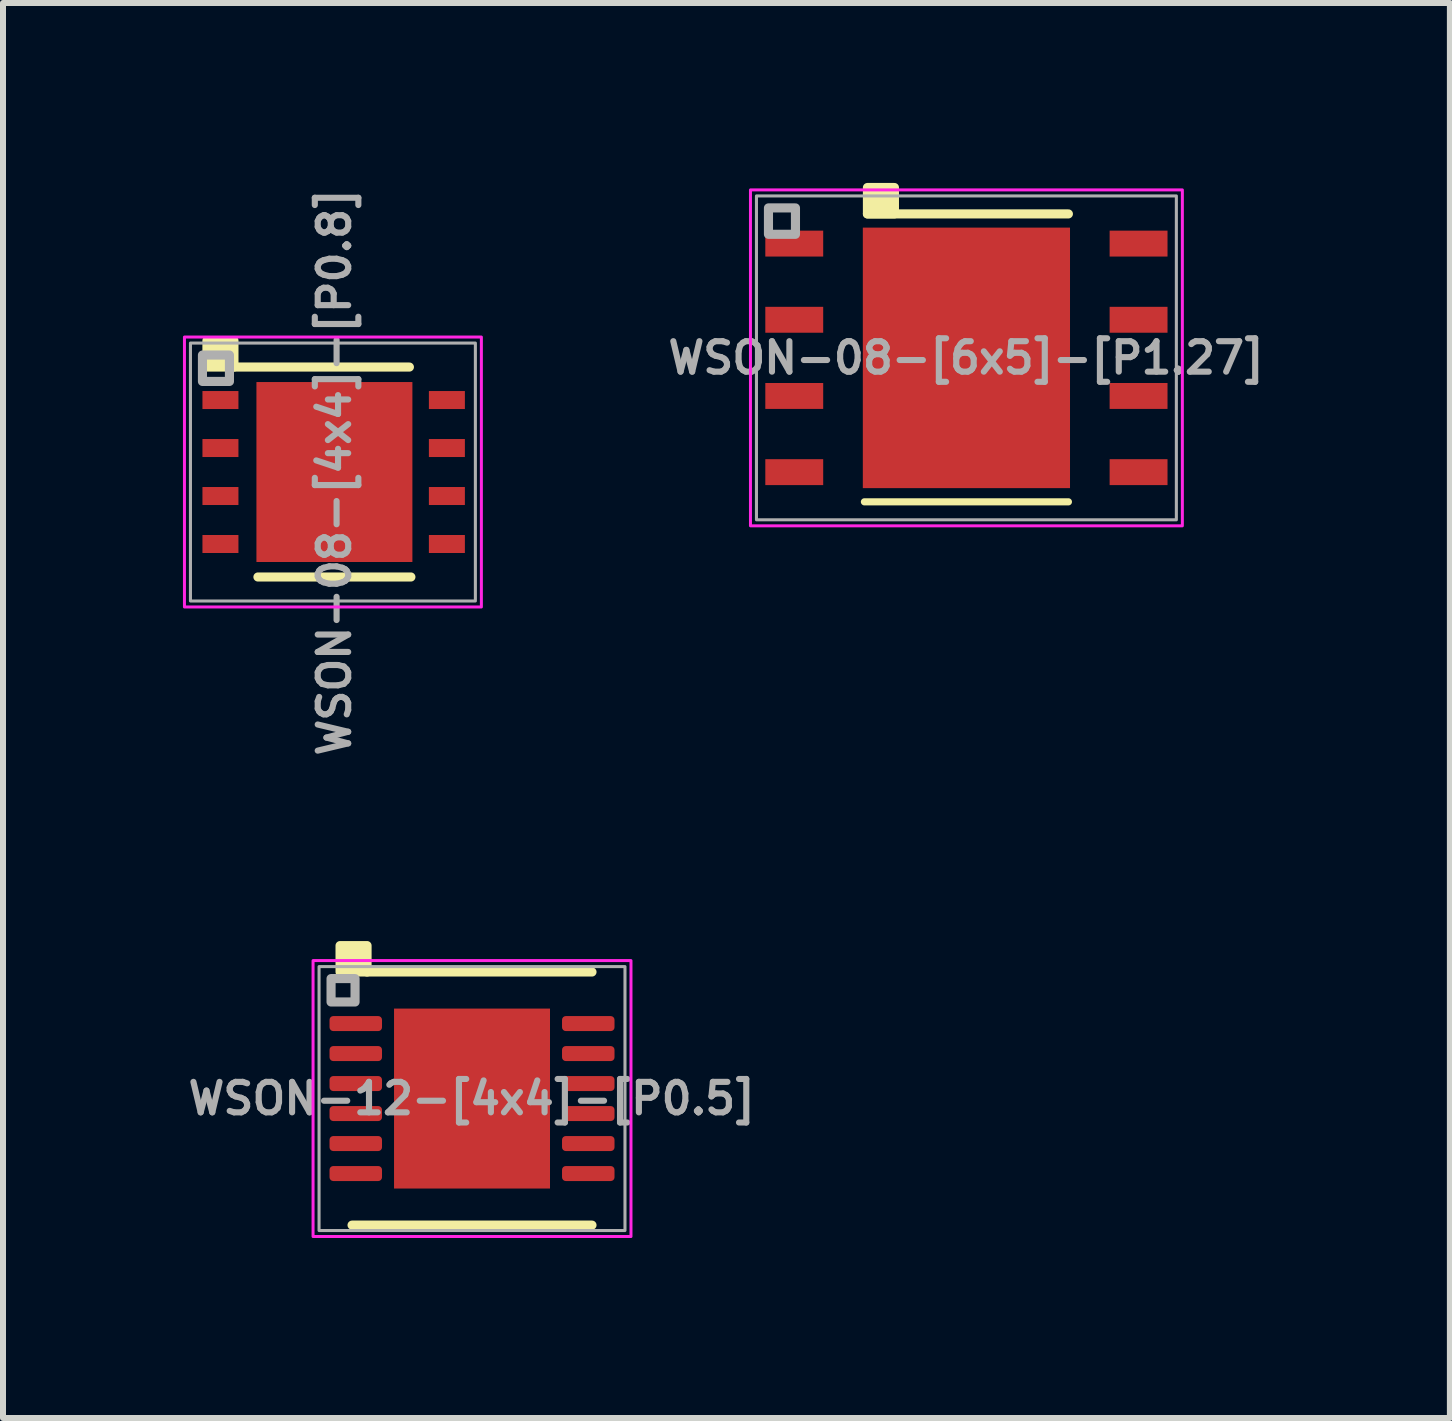
<source format=kicad_pcb>
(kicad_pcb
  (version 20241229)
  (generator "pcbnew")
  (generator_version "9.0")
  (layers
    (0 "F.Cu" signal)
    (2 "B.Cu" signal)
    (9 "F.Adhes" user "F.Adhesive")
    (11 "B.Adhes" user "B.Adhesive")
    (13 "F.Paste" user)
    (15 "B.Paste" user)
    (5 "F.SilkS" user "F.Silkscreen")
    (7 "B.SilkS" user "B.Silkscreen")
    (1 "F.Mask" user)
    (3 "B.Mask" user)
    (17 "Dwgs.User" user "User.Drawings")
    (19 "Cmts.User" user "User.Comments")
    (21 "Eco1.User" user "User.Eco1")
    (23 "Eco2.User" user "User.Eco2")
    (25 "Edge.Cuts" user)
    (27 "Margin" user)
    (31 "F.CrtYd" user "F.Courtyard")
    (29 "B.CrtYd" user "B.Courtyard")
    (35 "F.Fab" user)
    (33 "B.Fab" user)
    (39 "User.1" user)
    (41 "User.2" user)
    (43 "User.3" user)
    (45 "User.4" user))
  (footprint "WSON-08-[4x4]-[P0.8]"
    (layer "F.Cu")
    (at 2.525 4.819)
    (property "Reference" "WSON-08-[4x4]-[P0.8]" (at 0 0 270) (layer "F.Fab") (effects (font (size 0.508 0.508) (thickness 0.102))))
    (attr through_hole)
    (fp_line (start -1.675 -1.75) (end 1.25 -1.75) (stroke (width 0.152) (type solid)) (layer "F.SilkS"))
    (fp_line (start -1.275 1.75) (end 1.275 1.75) (stroke (width 0.152) (type solid)) (layer "F.SilkS"))
    (fp_rect (start -2.125 -1.75) (end -1.675 -2.19) (stroke (width 0.152) (type solid)) (fill yes) (layer "F.SilkS"))
    (fp_poly (pts (xy -1.249 -0.152) (xy -1.249 -1.358) (xy -1.248 -1.368) (xy -1.245 -1.378) (xy -1.24 -1.387) (xy -1.234 -1.395) (xy -1.226 -1.401) (xy -1.217 -1.406) (xy -1.207 -1.409) (xy -1.197 -1.41) (xy -0.153 -1.41) (xy -0.143 -1.409) (xy -0.133 -1.406) (xy -0.124 -1.401) (xy -0.116 -1.395) (xy -0.11 -1.387) (xy -0.105 -1.378) (xy -0.102 -1.368) (xy -0.101 -1.358) (xy -0.101 -0.152) (xy -0.102 -0.142) (xy -0.105 -0.132) (xy -0.11 -0.123) (xy -0.116 -0.115) (xy -0.124 -0.109) (xy -0.133 -0.104) (xy -0.143 -0.101) (xy -0.153 -0.1) (xy -1.197 -0.1) (xy -1.207 -0.101) (xy -1.217 -0.104) (xy -1.226 -0.109) (xy -1.234 -0.115) (xy -1.24 -0.123) (xy -1.245 -0.132) (xy -1.248 -0.142)) (stroke (width 0.1) (type solid)) (fill yes) (layer "F.Paste"))
    (fp_poly (pts (xy -1.249 1.358) (xy -1.249 0.152) (xy -1.248 0.142) (xy -1.245 0.132) (xy -1.24 0.123) (xy -1.234 0.115) (xy -1.226 0.109) (xy -1.217 0.104) (xy -1.207 0.101) (xy -1.197 0.1) (xy -0.153 0.1) (xy -0.143 0.101) (xy -0.133 0.104) (xy -0.124 0.109) (xy -0.116 0.115) (xy -0.11 0.123) (xy -0.105 0.132) (xy -0.102 0.142) (xy -0.101 0.152) (xy -0.101 1.358) (xy -0.102 1.368) (xy -0.105 1.378) (xy -0.11 1.387) (xy -0.116 1.395) (xy -0.124 1.401) (xy -0.133 1.406) (xy -0.143 1.409) (xy -0.153 1.41) (xy -1.197 1.41) (xy -1.207 1.409) (xy -1.217 1.406) (xy -1.226 1.401) (xy -1.234 1.395) (xy -1.24 1.387) (xy -1.245 1.378) (xy -1.248 1.368)) (stroke (width 0.1) (type solid)) (fill yes) (layer "F.Paste"))
    (fp_poly (pts (xy 0.101 -0.152) (xy 0.101 -1.358) (xy 0.102 -1.368) (xy 0.105 -1.378) (xy 0.11 -1.387) (xy 0.116 -1.395) (xy 0.124 -1.401) (xy 0.133 -1.406) (xy 0.143 -1.409) (xy 0.153 -1.41) (xy 1.197 -1.41) (xy 1.207 -1.409) (xy 1.217 -1.406) (xy 1.226 -1.401) (xy 1.234 -1.395) (xy 1.24 -1.387) (xy 1.245 -1.378) (xy 1.248 -1.368) (xy 1.249 -1.358) (xy 1.249 -0.152) (xy 1.248 -0.142) (xy 1.245 -0.132) (xy 1.24 -0.123) (xy 1.234 -0.115) (xy 1.226 -0.109) (xy 1.217 -0.104) (xy 1.207 -0.101) (xy 1.197 -0.1) (xy 0.153 -0.1) (xy 0.143 -0.101) (xy 0.133 -0.104) (xy 0.124 -0.109) (xy 0.116 -0.115) (xy 0.11 -0.123) (xy 0.105 -0.132) (xy 0.102 -0.142)) (stroke (width 0.1) (type solid)) (fill yes) (layer "F.Paste"))
    (fp_poly (pts (xy 0.101 1.358) (xy 0.101 0.152) (xy 0.102 0.142) (xy 0.105 0.132) (xy 0.11 0.123) (xy 0.116 0.115) (xy 0.124 0.109) (xy 0.133 0.104) (xy 0.143 0.101) (xy 0.153 0.1) (xy 1.197 0.1) (xy 1.207 0.101) (xy 1.217 0.104) (xy 1.226 0.109) (xy 1.234 0.115) (xy 1.24 0.123) (xy 1.245 0.132) (xy 1.248 0.142) (xy 1.249 0.152) (xy 1.249 1.358) (xy 1.248 1.368) (xy 1.245 1.378) (xy 1.24 1.387) (xy 1.234 1.395) (xy 1.226 1.401) (xy 1.217 1.406) (xy 1.207 1.409) (xy 1.197 1.41) (xy 0.153 1.41) (xy 0.143 1.409) (xy 0.133 1.406) (xy 0.124 1.401) (xy 0.116 1.395) (xy 0.11 1.387) (xy 0.105 1.378) (xy 0.102 1.368)) (stroke (width 0.1) (type solid)) (fill yes) (layer "F.Paste"))
    (fp_rect (start -2.5 -2.25) (end 2.45 2.25) (stroke (width 0.05) (type solid)) (fill no) (layer "F.CrtYd"))
    (fp_rect (start -2.4 -2.15) (end 2.35 2.15) (stroke (width 0.051) (type solid)) (fill no) (layer "F.Fab"))
    (fp_rect (start -2.2 -1.51) (end -1.75 -1.95) (stroke (width 0.152) (type solid)) (fill no) (layer "F.Fab"))
    (pad "1" smd rect (at -1.9 -1.2 90) (size 0.3 0.6) (layers "F.Cu" "F.Mask" "F.Paste"))
    (pad "2" smd rect (at -1.9 -0.4 90) (size 0.3 0.6) (layers "F.Cu" "F.Mask" "F.Paste"))
    (pad "3" smd rect (at -1.9 0.4 90) (size 0.3 0.6) (layers "F.Cu" "F.Mask" "F.Paste"))
    (pad "4" smd rect (at -1.9 1.2 90) (size 0.3 0.6) (layers "F.Cu" "F.Mask" "F.Paste"))
    (pad "5" smd rect (at 1.875 1.2 90) (size 0.3 0.6) (layers "F.Cu" "F.Mask" "F.Paste"))
    (pad "6" smd rect (at 1.875 0.4 90) (size 0.3 0.6) (layers "F.Cu" "F.Mask" "F.Paste"))
    (pad "7" smd rect (at 1.875 -0.4 90) (size 0.3 0.6) (layers "F.Cu" "F.Mask" "F.Paste"))
    (pad "8" smd rect (at 1.875 -1.2 90) (size 0.3 0.6) (layers "F.Cu" "F.Mask" "F.Paste"))
    (pad "9" smd rect (at 0 0 90) (size 3 2.6) (layers "F.Cu" "F.Mask")))
  (footprint "WSON-08-[6x5]-[P1.27]"
    (layer "F.Cu")
    (at 13.061 2.916)
    (property "Reference" "WSON-08-[6x5]-[P1.27]" (at 0 0 0) (layer "F.Fab") (effects (font (size 0.508 0.508) (thickness 0.102))))
    (attr through_hole)
    (fp_line (start -1.7 2.4) (end 1.7 2.4) (stroke (width 0.12) (type solid)) (layer "F.SilkS"))
    (fp_line (start -1.65 -2.4) (end 1.7 -2.4) (stroke (width 0.152) (type solid)) (layer "F.SilkS"))
    (fp_rect (start -1.65 -2.4) (end -1.2 -2.84) (stroke (width 0.152) (type solid)) (fill yes) (layer "F.SilkS"))
    (fp_poly (pts (xy -1.627 -2.072) (xy -1.627 -0.824) (xy -0.1 -0.824) (xy -0.1 -2.072)) (stroke (width 0.1) (type solid)) (fill yes) (layer "F.Paste"))
    (fp_poly (pts (xy -1.627 -0.624) (xy -1.627 0.624) (xy -0.1 0.624) (xy -0.1 -0.624)) (stroke (width 0.1) (type solid)) (fill yes) (layer "F.Paste"))
    (fp_poly (pts (xy -1.627 0.824) (xy -1.627 2.072) (xy -0.1 2.072) (xy -0.1 0.824)) (stroke (width 0.1) (type solid)) (fill yes) (layer "F.Paste"))
    (fp_poly (pts (xy 0.1 -2.072) (xy 0.1 -0.824) (xy 1.627 -0.824) (xy 1.627 -2.072)) (stroke (width 0.1) (type solid)) (fill yes) (layer "F.Paste"))
    (fp_poly (pts (xy 0.1 -0.624) (xy 0.1 0.624) (xy 1.627 0.624) (xy 1.627 -0.624)) (stroke (width 0.1) (type solid)) (fill yes) (layer "F.Paste"))
    (fp_poly (pts (xy 0.1 0.824) (xy 0.1 2.072) (xy 1.627 2.072) (xy 1.627 0.824)) (stroke (width 0.1) (type solid)) (fill yes) (layer "F.Paste"))
    (fp_rect (start 3.6 2.8) (end -3.6 -2.8) (stroke (width 0.05) (type solid)) (fill no) (layer "F.CrtYd"))
    (fp_rect (start -3.5 -2.7) (end 3.5 2.7) (stroke (width 0.051) (type solid)) (fill no) (layer "F.Fab"))
    (fp_rect (start -3.3 -2.06) (end -2.85 -2.5) (stroke (width 0.152) (type solid)) (fill no) (layer "F.Fab"))
    (pad "1" smd rect (at -2.87 -1.905) (size 0.965 0.432) (layers "F.Cu" "F.Mask" "F.Paste"))
    (pad "2" smd rect (at -2.87 -0.635) (size 0.965 0.432) (layers "F.Cu" "F.Mask" "F.Paste"))
    (pad "3" smd rect (at -2.87 0.635) (size 0.965 0.432) (layers "F.Cu" "F.Mask" "F.Paste"))
    (pad "4" smd rect (at -2.87 1.905) (size 0.965 0.432) (layers "F.Cu" "F.Mask" "F.Paste"))
    (pad "5" smd rect (at 2.87 1.905) (size 0.965 0.432) (layers "F.Cu" "F.Mask" "F.Paste"))
    (pad "6" smd rect (at 2.87 0.635) (size 0.965 0.432) (layers "F.Cu" "F.Mask" "F.Paste"))
    (pad "7" smd rect (at 2.87 -0.635) (size 0.965 0.432) (layers "F.Cu" "F.Mask" "F.Paste"))
    (pad "8" smd rect (at 2.87 -1.905) (size 0.965 0.432) (layers "F.Cu" "F.Mask" "F.Paste"))
    (pad "9" smd rect (at 0 0) (size 3.454 4.343) (layers "F.Cu" "F.Mask" "F.Paste")))
  (footprint "WSON-12-[4x4]-[P0.5]"
    (layer "F.Cu")
    (at 4.819 15.264)
    (property "Reference" "WSON-12-[4x4]-[P0.5]" (at 0 0 0) (layer "F.Fab") (effects (font (size 0.508 0.508) (thickness 0.102))))
    (attr smd)
    (fp_line (start -2 2.11) (end 2 2.11) (stroke (width 0.152) (type solid)) (layer "F.SilkS"))
    (fp_line (start -1.75 -2.11) (end 2 -2.11) (stroke (width 0.152) (type solid)) (layer "F.SilkS"))
    (fp_rect (start -2.2 -2.11) (end -1.75 -2.55) (stroke (width 0.152) (type solid)) (fill yes) (layer "F.SilkS"))
    (fp_rect (start -2.65 -2.3) (end 2.65 2.3) (stroke (width 0.05) (type solid)) (fill no) (layer "F.CrtYd"))
    (fp_rect (start -2.55 -2.2) (end 2.55 2.2) (stroke (width 0.051) (type solid)) (fill no) (layer "F.Fab"))
    (fp_rect (start -2.35 -1.61) (end -1.95 -2) (stroke (width 0.152) (type solid)) (fill no) (layer "F.Fab"))
    (pad "" smd roundrect (at -0.65 -0.75) (size 1.05 1.21) (layers "F.Paste") (roundrect_rratio 0.238))
    (pad "" smd roundrect (at -0.65 0.75) (size 1.05 1.21) (layers "F.Paste") (roundrect_rratio 0.238))
    (pad "" smd roundrect (at 0.65 -0.75) (size 1.05 1.21) (layers "F.Paste") (roundrect_rratio 0.238))
    (pad "" smd roundrect (at 0.65 0.75) (size 1.05 1.21) (layers "F.Paste") (roundrect_rratio 0.238))
    (pad "1" smd roundrect (at -1.938 -1.25) (size 0.875 0.25) (layers "F.Cu" "F.Mask" "F.Paste") (roundrect_rratio 0.25))
    (pad "2" smd roundrect (at -1.938 -0.75) (size 0.875 0.25) (layers "F.Cu" "F.Mask" "F.Paste") (roundrect_rratio 0.25))
    (pad "3" smd roundrect (at -1.938 -0.25) (size 0.875 0.25) (layers "F.Cu" "F.Mask" "F.Paste") (roundrect_rratio 0.25))
    (pad "4" smd roundrect (at -1.938 0.25) (size 0.875 0.25) (layers "F.Cu" "F.Mask" "F.Paste") (roundrect_rratio 0.25))
    (pad "5" smd roundrect (at -1.938 0.75) (size 0.875 0.25) (layers "F.Cu" "F.Mask" "F.Paste") (roundrect_rratio 0.25))
    (pad "6" smd roundrect (at -1.938 1.25) (size 0.875 0.25) (layers "F.Cu" "F.Mask" "F.Paste") (roundrect_rratio 0.25))
    (pad "7" smd roundrect (at 1.938 1.25) (size 0.875 0.25) (layers "F.Cu" "F.Mask" "F.Paste") (roundrect_rratio 0.25))
    (pad "8" smd roundrect (at 1.938 0.75) (size 0.875 0.25) (layers "F.Cu" "F.Mask" "F.Paste") (roundrect_rratio 0.25))
    (pad "9" smd roundrect (at 1.938 0.25) (size 0.875 0.25) (layers "F.Cu" "F.Mask" "F.Paste") (roundrect_rratio 0.25))
    (pad "10" smd roundrect (at 1.938 -0.25) (size 0.875 0.25) (layers "F.Cu" "F.Mask" "F.Paste") (roundrect_rratio 0.25))
    (pad "11" smd roundrect (at 1.938 -0.75) (size 0.875 0.25) (layers "F.Cu" "F.Mask" "F.Paste") (roundrect_rratio 0.25))
    (pad "12" smd roundrect (at 1.938 -1.25) (size 0.875 0.25) (layers "F.Cu" "F.Mask" "F.Paste") (roundrect_rratio 0.25))
    (pad "13" smd rect (at 0 0) (size 2.6 3) (layers "F.Cu" "F.Mask")))
  (gr_rect
    (start -3 -3)
    (end 21.121 20.589)
    (stroke (width 0.1) (type default))
    (fill no)
    (layer "Edge.Cuts")))
</source>
